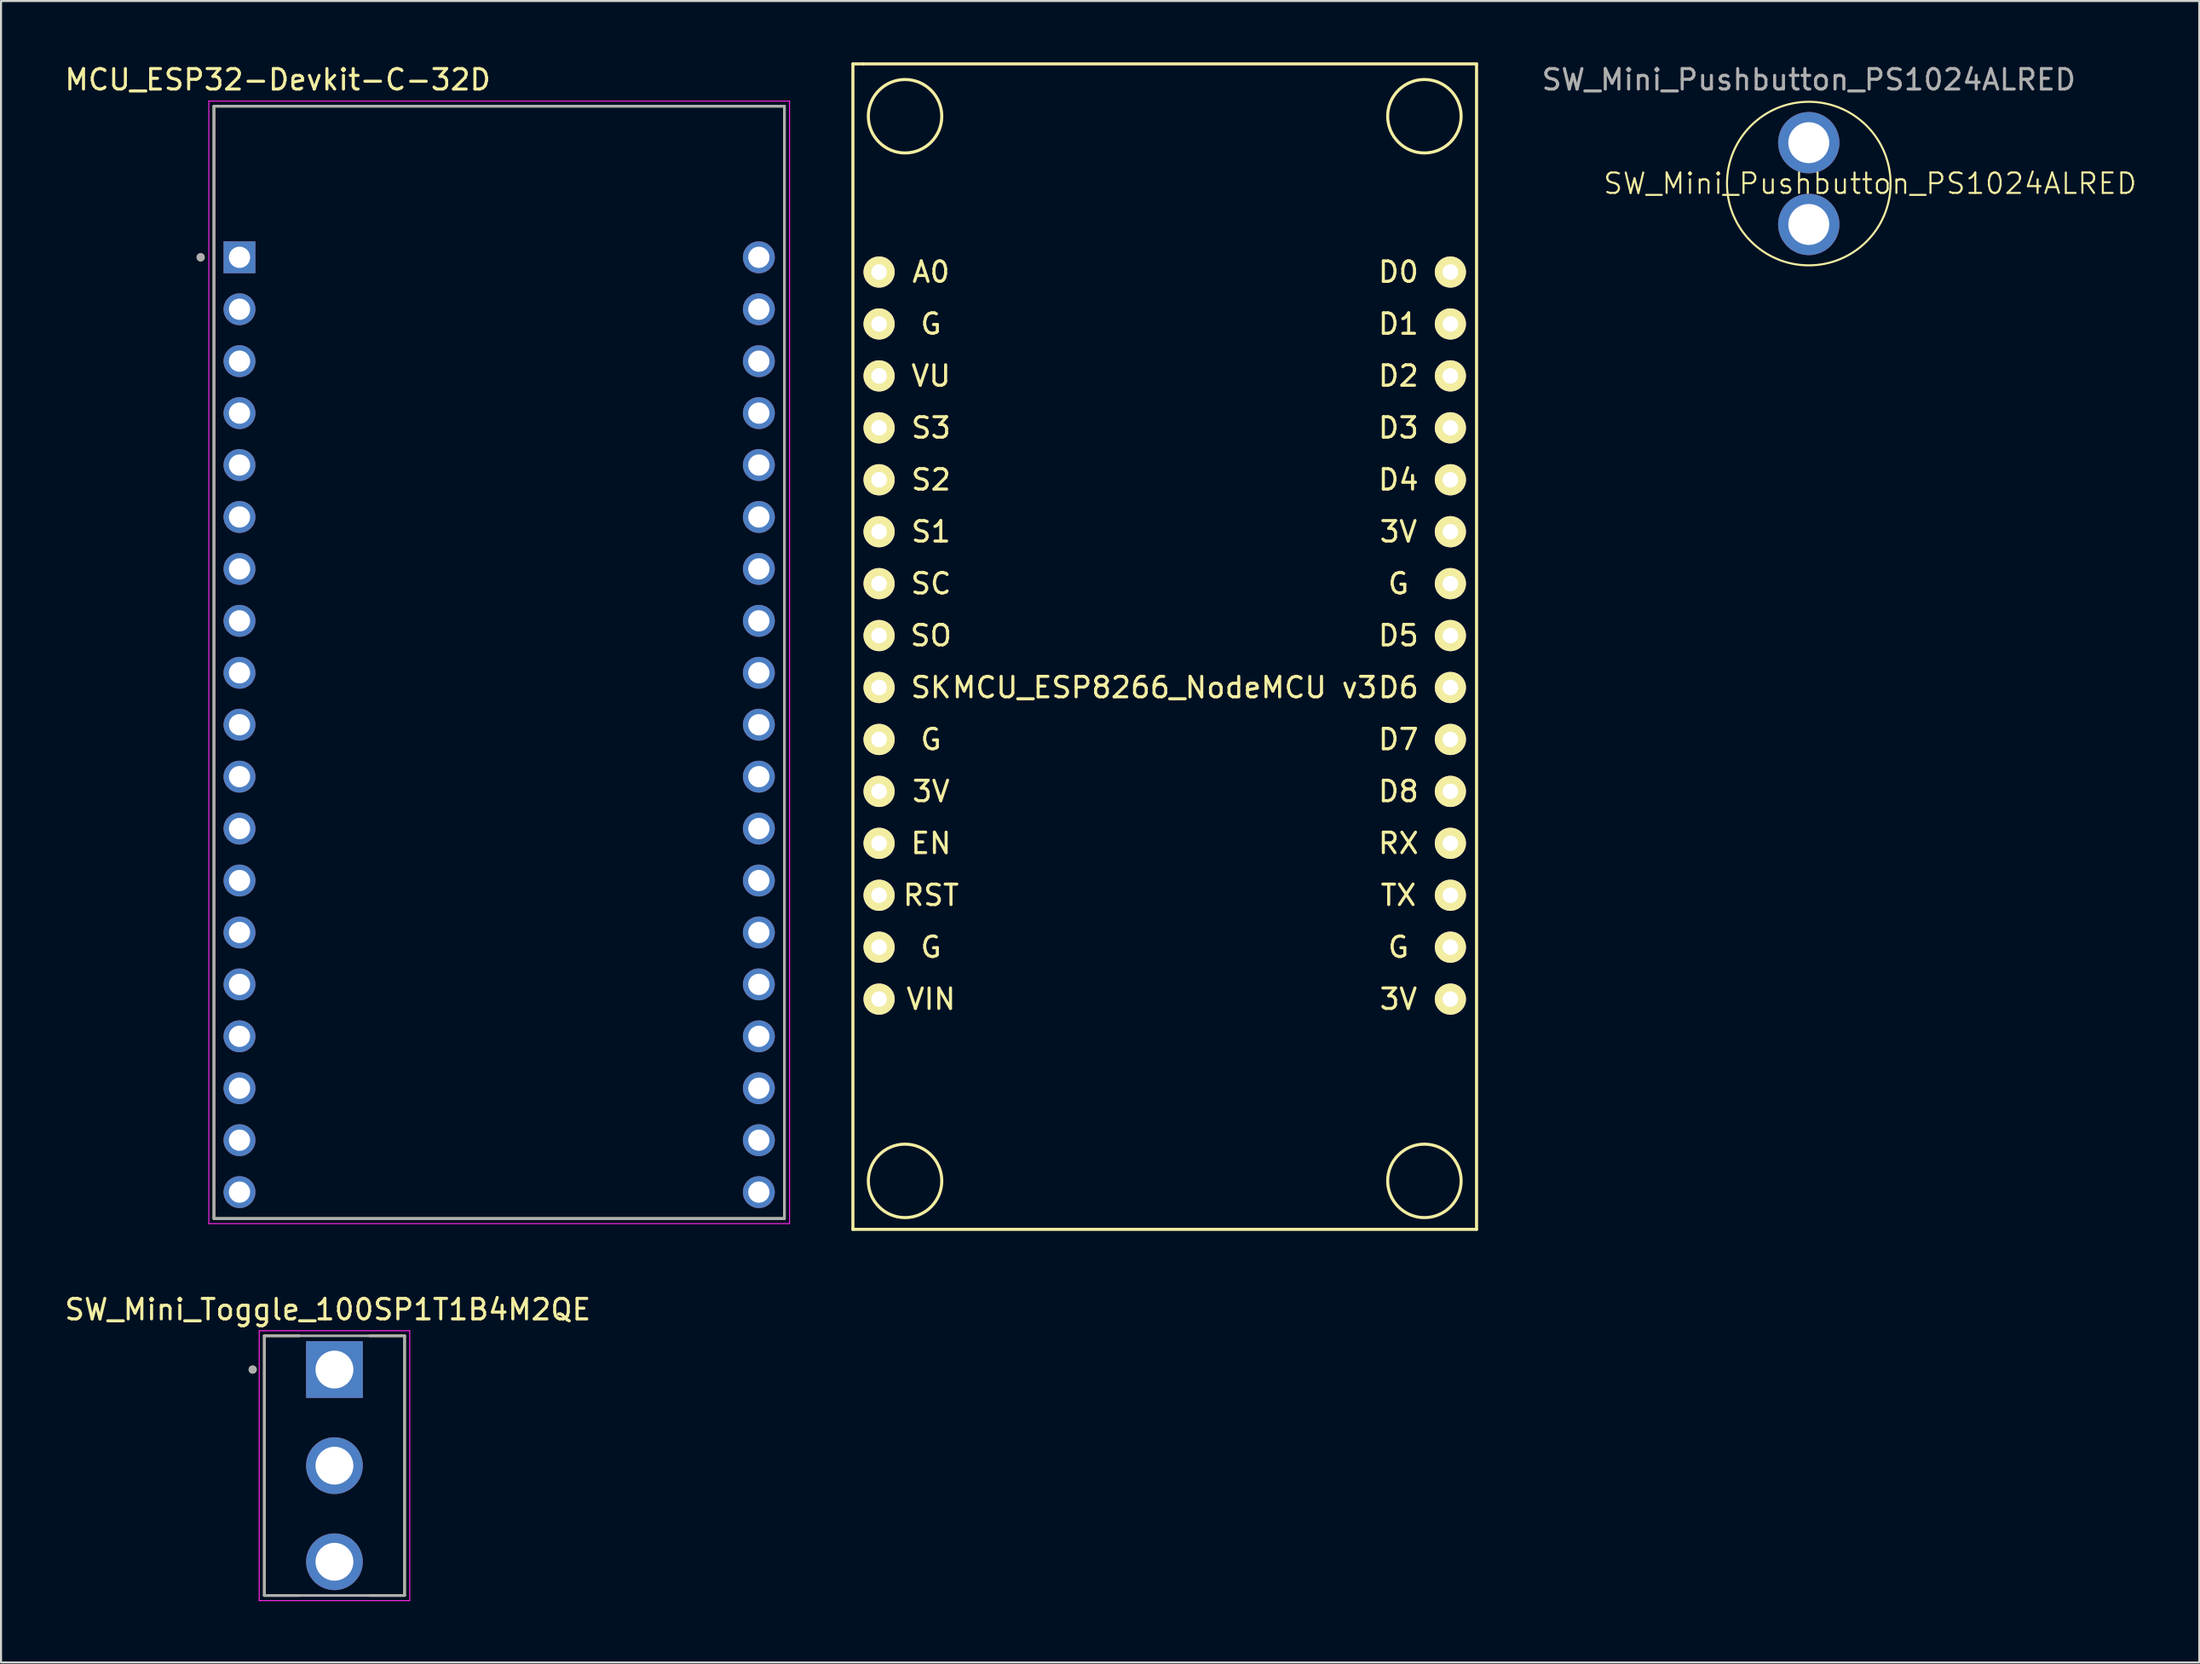
<source format=kicad_pcb>
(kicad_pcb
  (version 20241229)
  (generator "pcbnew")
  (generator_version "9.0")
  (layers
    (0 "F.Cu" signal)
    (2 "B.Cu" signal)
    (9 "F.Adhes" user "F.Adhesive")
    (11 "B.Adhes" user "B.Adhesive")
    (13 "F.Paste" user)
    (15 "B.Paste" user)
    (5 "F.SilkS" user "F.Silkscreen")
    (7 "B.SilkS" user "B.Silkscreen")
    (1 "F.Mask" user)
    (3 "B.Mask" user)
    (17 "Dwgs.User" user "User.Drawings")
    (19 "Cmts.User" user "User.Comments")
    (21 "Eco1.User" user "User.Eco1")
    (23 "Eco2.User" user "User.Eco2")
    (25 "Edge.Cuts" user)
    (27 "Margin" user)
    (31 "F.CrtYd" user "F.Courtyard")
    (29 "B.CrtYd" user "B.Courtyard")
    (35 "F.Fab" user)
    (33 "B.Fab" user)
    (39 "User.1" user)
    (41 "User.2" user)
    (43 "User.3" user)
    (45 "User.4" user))
  (footprint "SW_Mini_Toggle_100SP1T1B4M2QE"
    (layer "F.Cu")
    (at 13.307 68.633)
    (property "Reference" "SW_Mini_Toggle_100SP1T1B4M2QE" (at -0.325 -7.635 0) (layer "F.SilkS") (effects (font (size 1 1) (thickness 0.15))))
    (attr through_hole)
    (fp_line (start -3.43 6.35) (end -3.43 -6.35) (stroke (width 0.127) (type solid)) (layer "F.SilkS"))
    (fp_line (start -1.71 -6.35) (end -3.43 -6.35) (stroke (width 0.127) (type solid)) (layer "F.SilkS"))
    (fp_line (start -1.71 6.35) (end -3.43 6.35) (stroke (width 0.127) (type solid)) (layer "F.SilkS"))
    (fp_line (start 3.43 -6.35) (end 1.71 -6.35) (stroke (width 0.127) (type solid)) (layer "F.SilkS"))
    (fp_line (start 3.43 -6.35) (end 3.43 6.35) (stroke (width 0.127) (type solid)) (layer "F.SilkS"))
    (fp_line (start 3.43 6.35) (end 1.71 6.35) (stroke (width 0.127) (type solid)) (layer "F.SilkS"))
    (fp_circle (center -4 -4.7) (end -3.9 -4.7) (stroke (width 0.2) (type solid)) (fill no) (layer "F.SilkS"))
    (fp_line (start -3.68 -6.6) (end -3.68 6.6) (stroke (width 0.05) (type solid)) (layer "F.CrtYd"))
    (fp_line (start -3.68 6.6) (end 3.68 6.6) (stroke (width 0.05) (type solid)) (layer "F.CrtYd"))
    (fp_line (start 3.68 -6.6) (end -3.68 -6.6) (stroke (width 0.05) (type solid)) (layer "F.CrtYd"))
    (fp_line (start 3.68 6.6) (end 3.68 -6.6) (stroke (width 0.05) (type solid)) (layer "F.CrtYd"))
    (fp_line (start -3.43 -6.35) (end -3.43 6.35) (stroke (width 0.127) (type solid)) (layer "F.Fab"))
    (fp_line (start -3.43 6.35) (end 3.43 6.35) (stroke (width 0.127) (type solid)) (layer "F.Fab"))
    (fp_line (start 3.43 -6.35) (end -3.43 -6.35) (stroke (width 0.127) (type solid)) (layer "F.Fab"))
    (fp_line (start 3.43 6.35) (end 3.43 -6.35) (stroke (width 0.127) (type solid)) (layer "F.Fab"))
    (fp_circle (center -4 -4.7) (end -3.9 -4.7) (stroke (width 0.2) (type solid)) (fill no) (layer "F.Fab"))
    (pad "1" thru_hole rect (at 0 -4.7) (size 2.775 2.775) (drill 1.85) (layers "*.Cu" "*.Mask"))
    (pad "2" thru_hole circle (at 0 0) (size 2.775 2.775) (drill 1.85) (layers "*.Cu" "*.Mask"))
    (pad "3" thru_hole circle (at 0 4.7) (size 2.775 2.775) (drill 1.85) (layers "*.Cu" "*.Mask")))
  (footprint "SW_Mini_Pushbutton_PS1024ALRED"
    (layer "F.Cu")
    (at 85.411 5.928)
    (property "Reference" "SW_Mini_Pushbutton_PS1024ALRED" (at 3 0 0) (unlocked yes) (layer "F.SilkS") (effects (font (size 1 1) (thickness 0.1))))
    (attr through_hole)
    (fp_circle (center 0 0) (end 4 0) (stroke (width 0.1) (type default)) (fill no) (layer "F.SilkS"))
    (fp_text user "${REFERENCE}" (at 0 -5.08 0) (unlocked yes) (layer "F.Fab") (effects (font (size 1 1) (thickness 0.15))))
    (pad "1" thru_hole circle (at 0 -2) (size 3 3) (drill 2) (layers "*.Cu" "*.Mask"))
    (pad "2" thru_hole circle (at 0 2) (size 3 3) (drill 2) (layers "*.Cu" "*.Mask")))
  (footprint "MCU_ESP8266_NodeMCU v3"
    (layer "F.Cu")
    (at 53.913 30.575)
    (property "Reference" "MCU_ESP8266_NodeMCU v3" (at 0 0 0) (layer "F.SilkS") (effects (font (size 1 1) (thickness 0.15))))
    (attr through_hole)
    (fp_line (start -15.25 -30.5) (end -15.25 26.5) (stroke (width 0.15) (type solid)) (layer "F.SilkS"))
    (fp_line (start -15.25 26.5) (end 15.25 26.5) (stroke (width 0.15) (type solid)) (layer "F.SilkS"))
    (fp_line (start -14.75 -30.5) (end -15.25 -30.5) (stroke (width 0.15) (type solid)) (layer "F.SilkS"))
    (fp_line (start 15.25 -30.5) (end -14.75 -30.5) (stroke (width 0.15) (type solid)) (layer "F.SilkS"))
    (fp_line (start 15.25 26.5) (end 15.25 -30.5) (stroke (width 0.15) (type solid)) (layer "F.SilkS"))
    (fp_circle (center -12.7 -27.94) (end -11.43 -29.21) (stroke (width 0.15) (type solid)) (fill no) (layer "F.SilkS"))
    (fp_circle (center -12.7 24.13) (end -11.43 22.86) (stroke (width 0.15) (type solid)) (fill no) (layer "F.SilkS"))
    (fp_circle (center 12.7 -27.94) (end 13.97 -29.21) (stroke (width 0.15) (type solid)) (fill no) (layer "F.SilkS"))
    (fp_circle (center 12.7 24.13) (end 13.97 22.86) (stroke (width 0.15) (type solid)) (fill no) (layer "F.SilkS"))
    (fp_text user "A0" (at -11.43 -20.32 0) (layer "F.SilkS") (effects (font (size 1 1) (thickness 0.15))))
    (fp_text user "S1" (at -11.43 -7.62 0) (layer "F.SilkS") (effects (font (size 1 1) (thickness 0.15))))
    (fp_text user "D6" (at 11.43 0 0) (layer "F.SilkS") (effects (font (size 1 1) (thickness 0.15))))
    (fp_text user "VU" (at -11.43 -15.24 0) (layer "F.SilkS") (effects (font (size 1 1) (thickness 0.15))))
    (fp_text user "G" (at 11.43 -5.08 0) (layer "F.SilkS") (effects (font (size 1 1) (thickness 0.15))))
    (fp_text user "G" (at -11.43 12.7 0) (layer "F.SilkS") (effects (font (size 1 1) (thickness 0.15))))
    (fp_text user "D0" (at 11.43 -20.32 0) (layer "F.SilkS") (effects (font (size 1 1) (thickness 0.15))))
    (fp_text user "S3" (at -11.43 -12.7 0) (layer "F.SilkS") (effects (font (size 1 1) (thickness 0.15))))
    (fp_text user "D2" (at 11.43 -15.24 0) (layer "F.SilkS") (effects (font (size 1 1) (thickness 0.15))))
    (fp_text user "D7" (at 11.43 2.54 0) (layer "F.SilkS") (effects (font (size 1 1) (thickness 0.15))))
    (fp_text user "G" (at 11.43 12.7 0) (layer "F.SilkS") (effects (font (size 1 1) (thickness 0.15))))
    (fp_text user "SK" (at -11.43 0 0) (layer "F.SilkS") (effects (font (size 1 1) (thickness 0.15))))
    (fp_text user "3V" (at 11.43 -7.62 0) (layer "F.SilkS") (effects (font (size 1 1) (thickness 0.15))))
    (fp_text user "D5" (at 11.43 -2.54 0) (layer "F.SilkS") (effects (font (size 1 1) (thickness 0.15))))
    (fp_text user "VIN" (at -11.43 15.24 0) (layer "F.SilkS") (effects (font (size 1 1) (thickness 0.15))))
    (fp_text user "SC" (at -11.43 -5.08 0) (layer "F.SilkS") (effects (font (size 1 1) (thickness 0.15))))
    (fp_text user "SO" (at -11.43 -2.54 0) (layer "F.SilkS") (effects (font (size 1 1) (thickness 0.15))))
    (fp_text user "EN" (at -11.43 7.62 0) (layer "F.SilkS") (effects (font (size 1 1) (thickness 0.15))))
    (fp_text user "3V" (at 11.43 15.24 0) (layer "F.SilkS") (effects (font (size 1 1) (thickness 0.15))))
    (fp_text user "D3" (at 11.43 -12.7 0) (layer "F.SilkS") (effects (font (size 1 1) (thickness 0.15))))
    (fp_text user "D4" (at 11.43 -10.16 0) (layer "F.SilkS") (effects (font (size 1 1) (thickness 0.15))))
    (fp_text user "RX" (at 11.43 7.62 0) (layer "F.SilkS") (effects (font (size 1 1) (thickness 0.15))))
    (fp_text user "D1" (at 11.43 -17.78 0) (layer "F.SilkS") (effects (font (size 1 1) (thickness 0.15))))
    (fp_text user "G" (at -11.43 2.54 0) (layer "F.SilkS") (effects (font (size 1 1) (thickness 0.15))))
    (fp_text user "S2" (at -11.43 -10.16 0) (layer "F.SilkS") (effects (font (size 1 1) (thickness 0.15))))
    (fp_text user "3V" (at -11.43 5.08 0) (layer "F.SilkS") (effects (font (size 1 1) (thickness 0.15))))
    (fp_text user "G" (at -11.43 -17.78 0) (layer "F.SilkS") (effects (font (size 1 1) (thickness 0.15))))
    (fp_text user "TX" (at 11.43 10.16 0) (layer "F.SilkS") (effects (font (size 1 1) (thickness 0.15))))
    (fp_text user "D8" (at 11.43 5.08 0) (layer "F.SilkS") (effects (font (size 1 1) (thickness 0.15))))
    (fp_text user "RST" (at -11.43 10.16 0) (layer "F.SilkS") (effects (font (size 1 1) (thickness 0.15))))
    (pad "1" thru_hole circle (at -13.97 -20.32) (size 1.524 1.524) (drill 0.762) (layers "*.Cu" "*.Mask" "F.SilkS"))
    (pad "2" thru_hole circle (at -13.97 -17.78) (size 1.524 1.524) (drill 0.762) (layers "*.Cu" "*.Mask" "F.SilkS"))
    (pad "3" thru_hole circle (at -13.97 -15.24) (size 1.524 1.524) (drill 0.762) (layers "*.Cu" "*.Mask" "F.SilkS"))
    (pad "4" thru_hole circle (at -13.97 -12.7) (size 1.524 1.524) (drill 0.762) (layers "*.Cu" "*.Mask" "F.SilkS"))
    (pad "5" thru_hole circle (at -13.97 -10.16) (size 1.524 1.524) (drill 0.762) (layers "*.Cu" "*.Mask" "F.SilkS"))
    (pad "6" thru_hole circle (at -13.97 -7.62) (size 1.524 1.524) (drill 0.762) (layers "*.Cu" "*.Mask" "F.SilkS"))
    (pad "7" thru_hole circle (at -13.97 -5.08) (size 1.524 1.524) (drill 0.762) (layers "*.Cu" "*.Mask" "F.SilkS"))
    (pad "8" thru_hole circle (at -13.97 -2.54) (size 1.524 1.524) (drill 0.762) (layers "*.Cu" "*.Mask" "F.SilkS"))
    (pad "9" thru_hole circle (at -13.97 0) (size 1.524 1.524) (drill 0.762) (layers "*.Cu" "*.Mask" "F.SilkS"))
    (pad "10" thru_hole circle (at -13.97 2.54) (size 1.524 1.524) (drill 0.762) (layers "*.Cu" "*.Mask" "F.SilkS"))
    (pad "11" thru_hole circle (at -13.97 5.08) (size 1.524 1.524) (drill 0.762) (layers "*.Cu" "*.Mask" "F.SilkS"))
    (pad "12" thru_hole circle (at -13.97 7.62) (size 1.524 1.524) (drill 0.762) (layers "*.Cu" "*.Mask" "F.SilkS"))
    (pad "13" thru_hole circle (at -13.97 10.16) (size 1.524 1.524) (drill 0.762) (layers "*.Cu" "*.Mask" "F.SilkS"))
    (pad "14" thru_hole circle (at -13.97 12.7) (size 1.524 1.524) (drill 0.762) (layers "*.Cu" "*.Mask" "F.SilkS"))
    (pad "15" thru_hole circle (at -13.97 15.24) (size 1.524 1.524) (drill 0.762) (layers "*.Cu" "*.Mask" "F.SilkS"))
    (pad "16" thru_hole circle (at 13.97 15.24) (size 1.524 1.524) (drill 0.762) (layers "*.Cu" "*.Mask" "F.SilkS"))
    (pad "17" thru_hole circle (at 13.97 12.7) (size 1.524 1.524) (drill 0.762) (layers "*.Cu" "*.Mask" "F.SilkS"))
    (pad "18" thru_hole circle (at 13.97 10.16) (size 1.524 1.524) (drill 0.762) (layers "*.Cu" "*.Mask" "F.SilkS"))
    (pad "19" thru_hole circle (at 13.97 7.62) (size 1.524 1.524) (drill 0.762) (layers "*.Cu" "*.Mask" "F.SilkS"))
    (pad "20" thru_hole circle (at 13.97 5.08) (size 1.524 1.524) (drill 0.762) (layers "*.Cu" "*.Mask" "F.SilkS"))
    (pad "21" thru_hole circle (at 13.97 2.54) (size 1.524 1.524) (drill 0.762) (layers "*.Cu" "*.Mask" "F.SilkS"))
    (pad "22" thru_hole circle (at 13.97 0) (size 1.524 1.524) (drill 0.762) (layers "*.Cu" "*.Mask" "F.SilkS"))
    (pad "23" thru_hole circle (at 13.97 -2.54) (size 1.524 1.524) (drill 0.762) (layers "*.Cu" "*.Mask" "F.SilkS"))
    (pad "24" thru_hole circle (at 13.97 -5.08) (size 1.524 1.524) (drill 0.762) (layers "*.Cu" "*.Mask" "F.SilkS"))
    (pad "25" thru_hole circle (at 13.97 -7.62) (size 1.524 1.524) (drill 0.762) (layers "*.Cu" "*.Mask" "F.SilkS"))
    (pad "26" thru_hole circle (at 13.97 -10.16) (size 1.524 1.524) (drill 0.762) (layers "*.Cu" "*.Mask" "F.SilkS"))
    (pad "27" thru_hole circle (at 13.97 -12.7) (size 1.524 1.524) (drill 0.762) (layers "*.Cu" "*.Mask" "F.SilkS"))
    (pad "28" thru_hole circle (at 13.97 -15.24) (size 1.524 1.524) (drill 0.762) (layers "*.Cu" "*.Mask" "F.SilkS"))
    (pad "29" thru_hole circle (at 13.97 -17.78) (size 1.524 1.524) (drill 0.762) (layers "*.Cu" "*.Mask" "F.SilkS"))
    (pad "30" thru_hole circle (at 13.97 -20.32) (size 1.524 1.524) (drill 0.762) (layers "*.Cu" "*.Mask" "F.SilkS")))
  (footprint "MCU_ESP32-Devkit-C-32D"
    (layer "F.Cu")
    (at 21.363 29.295)
    (property "Reference" "MCU_ESP32-Devkit-C-32D" (at -10.829 -28.446 0) (layer "F.SilkS") (effects (font (size 1 1) (thickness 0.15))))
    (attr through_hole)
    (fp_line (start -13.95 -27.15) (end 13.95 -27.15) (stroke (width 0.127) (type solid)) (layer "F.SilkS"))
    (fp_line (start -13.95 27.25) (end -13.95 -27.15) (stroke (width 0.127) (type solid)) (layer "F.SilkS"))
    (fp_line (start 13.95 -27.15) (end 13.95 27.25) (stroke (width 0.127) (type solid)) (layer "F.SilkS"))
    (fp_line (start 13.95 27.25) (end -13.95 27.25) (stroke (width 0.127) (type solid)) (layer "F.SilkS"))
    (fp_circle (center -14.6 -19.76) (end -14.5 -19.76) (stroke (width 0.2) (type solid)) (fill no) (layer "F.SilkS"))
    (fp_line (start -14.2 -27.4) (end 14.2 -27.4) (stroke (width 0.05) (type solid)) (layer "F.CrtYd"))
    (fp_line (start -14.2 27.5) (end -14.2 -27.4) (stroke (width 0.05) (type solid)) (layer "F.CrtYd"))
    (fp_line (start 14.2 -27.4) (end 14.2 27.5) (stroke (width 0.05) (type solid)) (layer "F.CrtYd"))
    (fp_line (start 14.2 27.5) (end -14.2 27.5) (stroke (width 0.05) (type solid)) (layer "F.CrtYd"))
    (fp_line (start -13.95 -27.15) (end 13.95 -27.15) (stroke (width 0.127) (type solid)) (layer "F.Fab"))
    (fp_line (start -13.95 27.25) (end -13.95 -27.15) (stroke (width 0.127) (type solid)) (layer "F.Fab"))
    (fp_line (start 13.95 -27.15) (end 13.95 27.25) (stroke (width 0.127) (type solid)) (layer "F.Fab"))
    (fp_line (start 13.95 27.25) (end -13.95 27.25) (stroke (width 0.127) (type solid)) (layer "F.Fab"))
    (fp_circle (center -14.6 -19.76) (end -14.5 -19.76) (stroke (width 0.2) (type solid)) (fill no) (layer "F.Fab"))
    (pad "J2-1" thru_hole rect (at -12.7 -19.76) (size 1.56 1.56) (drill 1.04) (layers "*.Cu" "*.Mask"))
    (pad "J2-2" thru_hole circle (at -12.7 -17.22) (size 1.56 1.56) (drill 1.04) (layers "*.Cu" "*.Mask"))
    (pad "J2-3" thru_hole circle (at -12.7 -14.68) (size 1.56 1.56) (drill 1.04) (layers "*.Cu" "*.Mask"))
    (pad "J2-4" thru_hole circle (at -12.7 -12.14) (size 1.56 1.56) (drill 1.04) (layers "*.Cu" "*.Mask"))
    (pad "J2-5" thru_hole circle (at -12.7 -9.6) (size 1.56 1.56) (drill 1.04) (layers "*.Cu" "*.Mask"))
    (pad "J2-6" thru_hole circle (at -12.7 -7.06) (size 1.56 1.56) (drill 1.04) (layers "*.Cu" "*.Mask"))
    (pad "J2-7" thru_hole circle (at -12.7 -4.52) (size 1.56 1.56) (drill 1.04) (layers "*.Cu" "*.Mask"))
    (pad "J2-8" thru_hole circle (at -12.7 -1.98) (size 1.56 1.56) (drill 1.04) (layers "*.Cu" "*.Mask"))
    (pad "J2-9" thru_hole circle (at -12.7 0.56) (size 1.56 1.56) (drill 1.04) (layers "*.Cu" "*.Mask"))
    (pad "J2-10" thru_hole circle (at -12.7 3.1) (size 1.56 1.56) (drill 1.04) (layers "*.Cu" "*.Mask"))
    (pad "J2-11" thru_hole circle (at -12.7 5.64) (size 1.56 1.56) (drill 1.04) (layers "*.Cu" "*.Mask"))
    (pad "J2-12" thru_hole circle (at -12.7 8.18) (size 1.56 1.56) (drill 1.04) (layers "*.Cu" "*.Mask"))
    (pad "J2-13" thru_hole circle (at -12.7 10.72) (size 1.56 1.56) (drill 1.04) (layers "*.Cu" "*.Mask"))
    (pad "J2-14" thru_hole circle (at -12.7 13.26) (size 1.56 1.56) (drill 1.04) (layers "*.Cu" "*.Mask"))
    (pad "J2-15" thru_hole circle (at -12.7 15.8) (size 1.56 1.56) (drill 1.04) (layers "*.Cu" "*.Mask"))
    (pad "J2-16" thru_hole circle (at -12.7 18.34) (size 1.56 1.56) (drill 1.04) (layers "*.Cu" "*.Mask"))
    (pad "J2-17" thru_hole circle (at -12.7 20.88) (size 1.56 1.56) (drill 1.04) (layers "*.Cu" "*.Mask"))
    (pad "J2-18" thru_hole circle (at -12.7 23.42) (size 1.56 1.56) (drill 1.04) (layers "*.Cu" "*.Mask"))
    (pad "J2-19" thru_hole circle (at -12.7 25.96) (size 1.56 1.56) (drill 1.04) (layers "*.Cu" "*.Mask"))
    (pad "J3-1" thru_hole circle (at 12.7 -19.76) (size 1.56 1.56) (drill 1.04) (layers "*.Cu" "*.Mask"))
    (pad "J3-2" thru_hole circle (at 12.7 -17.22) (size 1.56 1.56) (drill 1.04) (layers "*.Cu" "*.Mask"))
    (pad "J3-3" thru_hole circle (at 12.7 -14.68) (size 1.56 1.56) (drill 1.04) (layers "*.Cu" "*.Mask"))
    (pad "J3-4" thru_hole circle (at 12.7 -12.14) (size 1.56 1.56) (drill 1.04) (layers "*.Cu" "*.Mask"))
    (pad "J3-5" thru_hole circle (at 12.7 -9.6) (size 1.56 1.56) (drill 1.04) (layers "*.Cu" "*.Mask"))
    (pad "J3-6" thru_hole circle (at 12.7 -7.06) (size 1.56 1.56) (drill 1.04) (layers "*.Cu" "*.Mask"))
    (pad "J3-7" thru_hole circle (at 12.7 -4.52) (size 1.56 1.56) (drill 1.04) (layers "*.Cu" "*.Mask"))
    (pad "J3-8" thru_hole circle (at 12.7 -1.98) (size 1.56 1.56) (drill 1.04) (layers "*.Cu" "*.Mask"))
    (pad "J3-9" thru_hole circle (at 12.7 0.56) (size 1.56 1.56) (drill 1.04) (layers "*.Cu" "*.Mask"))
    (pad "J3-10" thru_hole circle (at 12.7 3.1) (size 1.56 1.56) (drill 1.04) (layers "*.Cu" "*.Mask"))
    (pad "J3-11" thru_hole circle (at 12.7 5.64) (size 1.56 1.56) (drill 1.04) (layers "*.Cu" "*.Mask"))
    (pad "J3-12" thru_hole circle (at 12.7 8.18) (size 1.56 1.56) (drill 1.04) (layers "*.Cu" "*.Mask"))
    (pad "J3-13" thru_hole circle (at 12.7 10.72) (size 1.56 1.56) (drill 1.04) (layers "*.Cu" "*.Mask"))
    (pad "J3-14" thru_hole circle (at 12.7 13.26) (size 1.56 1.56) (drill 1.04) (layers "*.Cu" "*.Mask"))
    (pad "J3-15" thru_hole circle (at 12.7 15.8) (size 1.56 1.56) (drill 1.04) (layers "*.Cu" "*.Mask"))
    (pad "J3-16" thru_hole circle (at 12.7 18.34) (size 1.56 1.56) (drill 1.04) (layers "*.Cu" "*.Mask"))
    (pad "J3-17" thru_hole circle (at 12.7 20.88) (size 1.56 1.56) (drill 1.04) (layers "*.Cu" "*.Mask"))
    (pad "J3-18" thru_hole circle (at 12.7 23.42) (size 1.56 1.56) (drill 1.04) (layers "*.Cu" "*.Mask"))
    (pad "J3-19" thru_hole circle (at 12.7 25.96) (size 1.56 1.56) (drill 1.04) (layers "*.Cu" "*.Mask")))
  (gr_rect
    (start -3 -3)
    (end 104.508 78.258)
    (stroke (width 0.1) (type default))
    (fill no)
    (layer "Edge.Cuts")))
</source>
